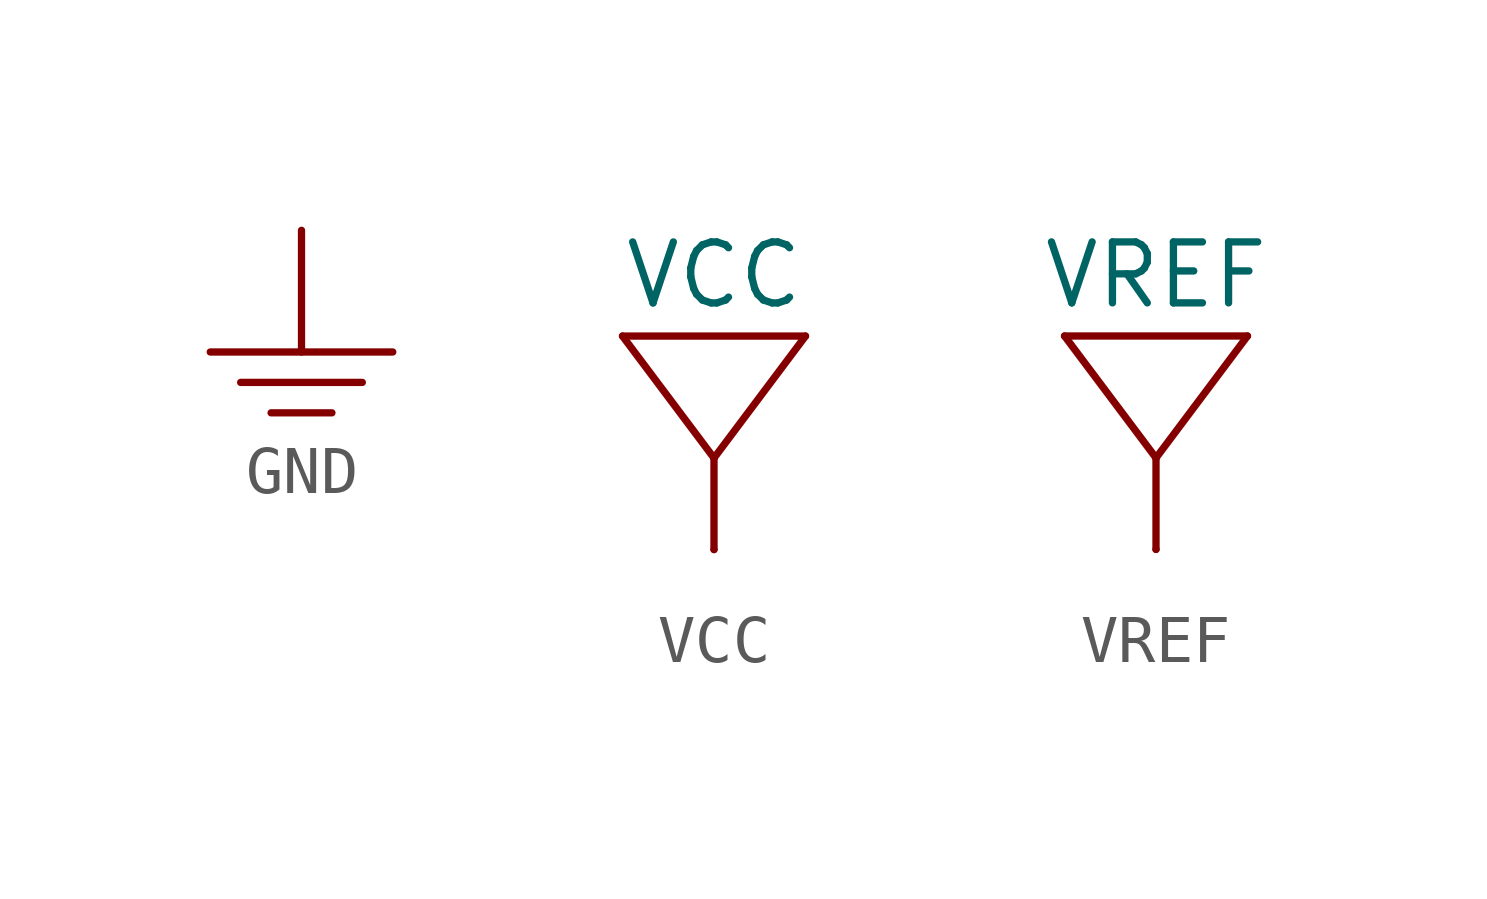
<source format=kicad_sym>
(kicad_symbol_lib
  (version 20231120)
  (generator "kicad_symbol_editor")
  (generator_version "8.0")
  (symbol "GND"
    (power)
    (property "Reference" "#GND"
      (at 0 -6.985 0)
      (effects (font (size 1.27 1.27)) (hide yes)))
    (symbol "GND_0_1"
      (polyline (pts (xy -1.905 -2.54) (xy 1.905 -2.54)) (stroke (width 0) (type default)) (fill (type none)))
      (polyline (pts (xy -1.27 -3.175) (xy 1.27 -3.175)) (stroke (width 0) (type default)) (fill (type none)))
      (polyline (pts (xy -0.635 -3.81) (xy 0.635 -3.81)) (stroke (width 0) (type default)) (fill (type none))))
    (symbol "GND_1_1"
      (pin power_in line (at 0 0 270) (length 2.54) (name "" (effects (font (size 1.27 1.27)))) (number "" (effects (font (size 1.27 1.27)))))))
  (symbol "VCC"
    (power)
    (pin_numbers hide)
    (pin_names
      (offset 0) hide)
    (property "Reference" "#PWR"
      (at 0 -3.81 0)
      (effects (font (size 1.27 1.27)) (hide yes)))
    (property "Value" "VCC"
      (at 0 5.715 0)
      (effects (font (size 1.27 1.27))))
    (symbol "VCC_0_1"
      (polyline (pts (xy -1.905 4.445) (xy 0 1.905)) (stroke (width 0) (type default)) (fill (type none)))
      (polyline (pts (xy 0 0) (xy 0 1.905)) (stroke (width 0) (type default)) (fill (type none)))
      (polyline (pts (xy 0 1.905) (xy 1.905 4.445)) (stroke (width 0) (type default)) (fill (type none)))
      (polyline (pts (xy 1.905 4.445) (xy -1.905 4.445)) (stroke (width 0) (type default)) (fill (type none))))
    (symbol "VCC_1_1"
      (pin power_in line (at 0 0 90) (length 0) (name "~" (effects (font (size 1.27 1.27)))) (number "1" (effects (font (size 1.27 1.27)))))))
  (symbol "VREF"
    (power)
    (pin_numbers hide)
    (pin_names
      (offset 0) hide)
    (property "Reference" "#PWR"
      (at 0 -3.81 0)
      (effects (font (size 1.27 1.27)) (hide yes)))
    (property "Value" "VREF"
      (at 0 5.715 0)
      (effects (font (size 1.27 1.27))))
    (symbol "VREF_0_1"
      (polyline (pts (xy 0 0) (xy 0 1.905)) (stroke (width 0) (type default)) (fill (type none)))
      (polyline (pts (xy 0 1.905) (xy -1.905 4.445)) (stroke (width 0) (type default)) (fill (type none)))
      (polyline (pts (xy 0 1.905) (xy 1.905 4.445)) (stroke (width 0) (type default)) (fill (type none)))
      (polyline (pts (xy 1.905 4.445) (xy -1.905 4.445)) (stroke (width 0) (type default)) (fill (type none))))
    (symbol "VREF_1_1"
      (pin power_in line (at 0 0 90) (length 0) (name "~" (effects (font (size 1.27 1.27)))) (number "1" (effects (font (size 1.27 1.27))))))))
</source>
